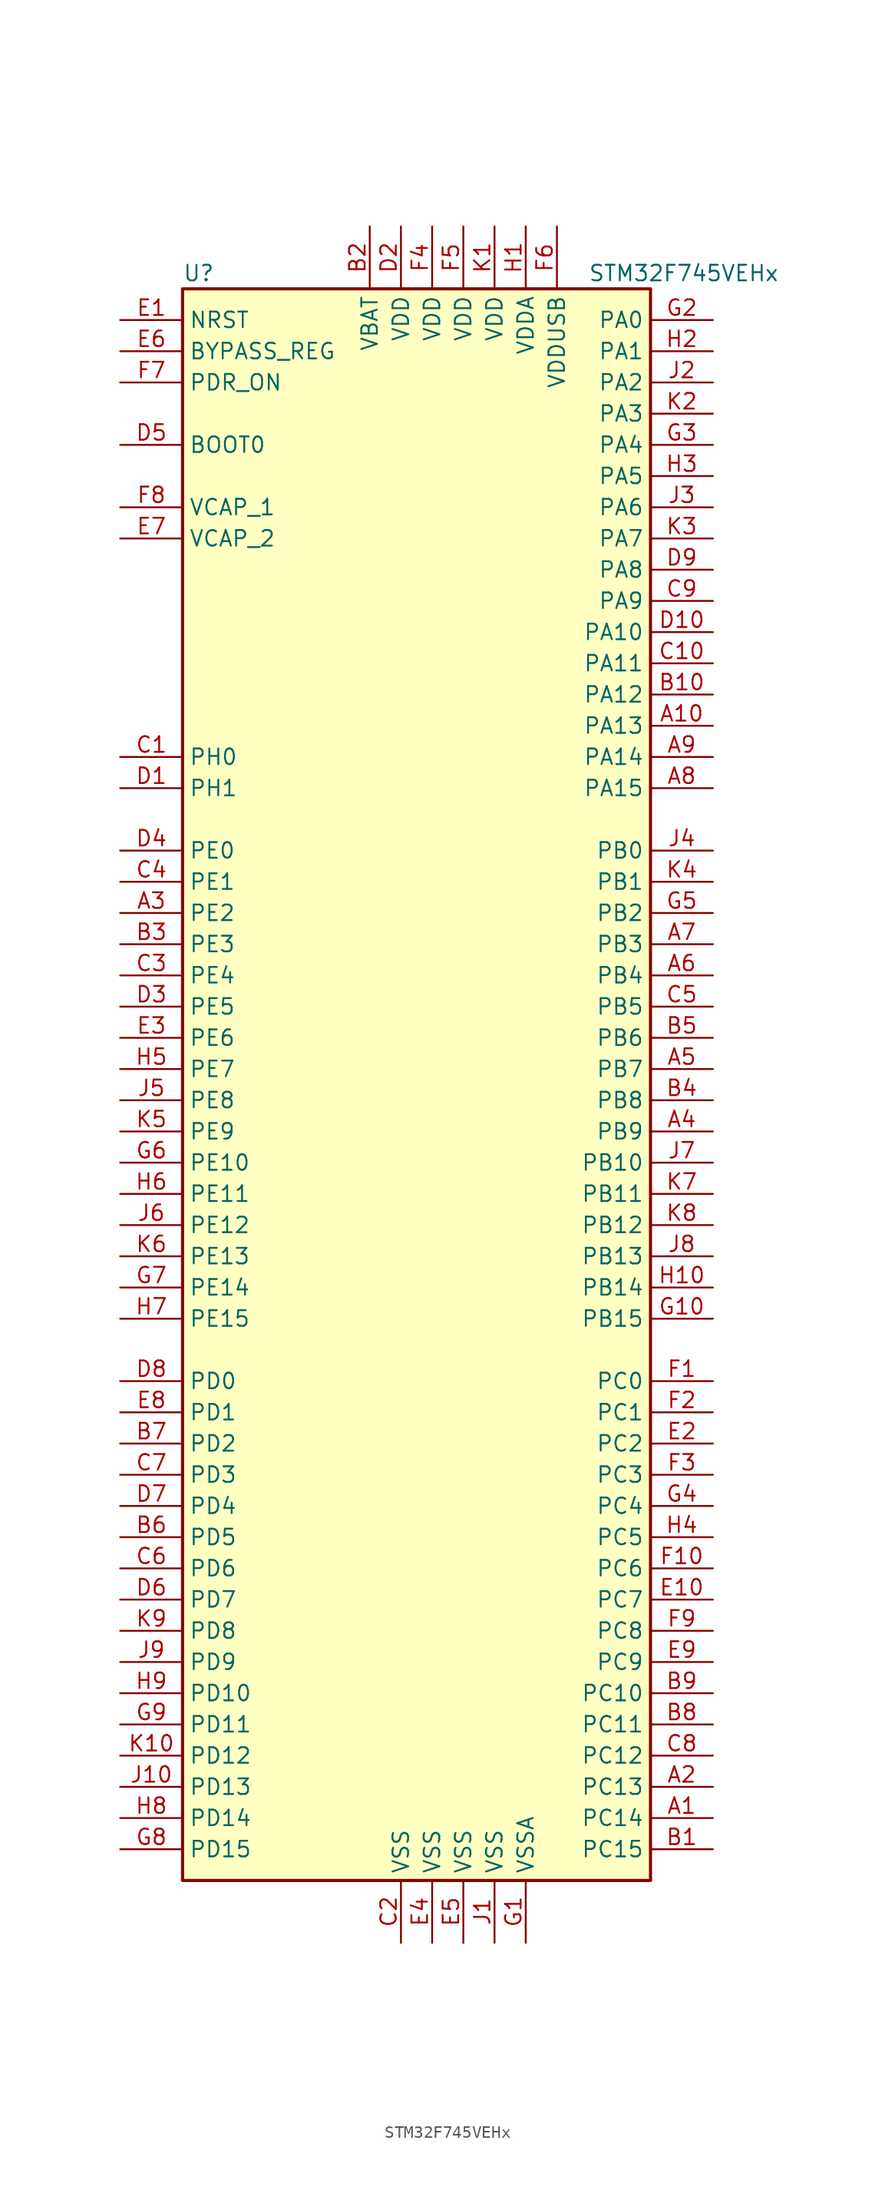
<source format=kicad_sym>
(kicad_symbol_lib
  (version 20201005)
  (generator kicad_symbol_editor)
  (symbol "MCU_ST_STM32F7:STM32F745VEHx"
    (property "Reference" "U"
      (at -20.32 64.77 0)
      (effects (font (size 1.27 1.27)) (justify left)))
    (property "Value" "STM32F745VEHx"
      (at 12.7 64.77 0)
      (effects (font (size 1.27 1.27)) (justify left)))
    (symbol "STM32F745VEHx_0_1"
      (rectangle (start -20.32 -66.04) (end 17.78 63.5) (stroke (width 0.254)) (fill (type background))))
    (symbol "STM32F745VEHx_1_1"
      (pin input line (at -25.4 50.8 0) (length 5.08) (name "BOOT0" (effects (font (size 1.27 1.27)))) (number "D5" (effects (font (size 1.27 1.27)))))
      (pin input line (at -25.4 58.42 0) (length 5.08) (name "BYPASS_REG" (effects (font (size 1.27 1.27)))) (number "E6" (effects (font (size 1.27 1.27)))))
      (pin input line (at -25.4 60.96 0) (length 5.08) (name "NRST" (effects (font (size 1.27 1.27)))) (number "E1" (effects (font (size 1.27 1.27)))))
      (pin bidirectional line (at 22.86 60.96 180) (length 5.08) (name "PA0" (effects (font (size 1.27 1.27)))) (number "G2" (effects (font (size 1.27 1.27)))))
      (pin bidirectional line (at 22.86 58.42 180) (length 5.08) (name "PA1" (effects (font (size 1.27 1.27)))) (number "H2" (effects (font (size 1.27 1.27)))))
      (pin bidirectional line (at 22.86 35.56 180) (length 5.08) (name "PA10" (effects (font (size 1.27 1.27)))) (number "D10" (effects (font (size 1.27 1.27)))))
      (pin bidirectional line (at 22.86 33.02 180) (length 5.08) (name "PA11" (effects (font (size 1.27 1.27)))) (number "C10" (effects (font (size 1.27 1.27)))))
      (pin bidirectional line (at 22.86 30.48 180) (length 5.08) (name "PA12" (effects (font (size 1.27 1.27)))) (number "B10" (effects (font (size 1.27 1.27)))))
      (pin bidirectional line (at 22.86 27.94 180) (length 5.08) (name "PA13" (effects (font (size 1.27 1.27)))) (number "A10" (effects (font (size 1.27 1.27)))))
      (pin bidirectional line (at 22.86 25.4 180) (length 5.08) (name "PA14" (effects (font (size 1.27 1.27)))) (number "A9" (effects (font (size 1.27 1.27)))))
      (pin bidirectional line (at 22.86 22.86 180) (length 5.08) (name "PA15" (effects (font (size 1.27 1.27)))) (number "A8" (effects (font (size 1.27 1.27)))))
      (pin bidirectional line (at 22.86 55.88 180) (length 5.08) (name "PA2" (effects (font (size 1.27 1.27)))) (number "J2" (effects (font (size 1.27 1.27)))))
      (pin bidirectional line (at 22.86 53.34 180) (length 5.08) (name "PA3" (effects (font (size 1.27 1.27)))) (number "K2" (effects (font (size 1.27 1.27)))))
      (pin bidirectional line (at 22.86 50.8 180) (length 5.08) (name "PA4" (effects (font (size 1.27 1.27)))) (number "G3" (effects (font (size 1.27 1.27)))))
      (pin bidirectional line (at 22.86 48.26 180) (length 5.08) (name "PA5" (effects (font (size 1.27 1.27)))) (number "H3" (effects (font (size 1.27 1.27)))))
      (pin bidirectional line (at 22.86 45.72 180) (length 5.08) (name "PA6" (effects (font (size 1.27 1.27)))) (number "J3" (effects (font (size 1.27 1.27)))))
      (pin bidirectional line (at 22.86 43.18 180) (length 5.08) (name "PA7" (effects (font (size 1.27 1.27)))) (number "K3" (effects (font (size 1.27 1.27)))))
      (pin bidirectional line (at 22.86 40.64 180) (length 5.08) (name "PA8" (effects (font (size 1.27 1.27)))) (number "D9" (effects (font (size 1.27 1.27)))))
      (pin bidirectional line (at 22.86 38.1 180) (length 5.08) (name "PA9" (effects (font (size 1.27 1.27)))) (number "C9" (effects (font (size 1.27 1.27)))))
      (pin bidirectional line (at 22.86 17.78 180) (length 5.08) (name "PB0" (effects (font (size 1.27 1.27)))) (number "J4" (effects (font (size 1.27 1.27)))))
      (pin bidirectional line (at 22.86 15.24 180) (length 5.08) (name "PB1" (effects (font (size 1.27 1.27)))) (number "K4" (effects (font (size 1.27 1.27)))))
      (pin bidirectional line (at 22.86 -7.62 180) (length 5.08) (name "PB10" (effects (font (size 1.27 1.27)))) (number "J7" (effects (font (size 1.27 1.27)))))
      (pin bidirectional line (at 22.86 -10.16 180) (length 5.08) (name "PB11" (effects (font (size 1.27 1.27)))) (number "K7" (effects (font (size 1.27 1.27)))))
      (pin bidirectional line (at 22.86 -12.7 180) (length 5.08) (name "PB12" (effects (font (size 1.27 1.27)))) (number "K8" (effects (font (size 1.27 1.27)))))
      (pin bidirectional line (at 22.86 -15.24 180) (length 5.08) (name "PB13" (effects (font (size 1.27 1.27)))) (number "J8" (effects (font (size 1.27 1.27)))))
      (pin bidirectional line (at 22.86 -17.78 180) (length 5.08) (name "PB14" (effects (font (size 1.27 1.27)))) (number "H10" (effects (font (size 1.27 1.27)))))
      (pin bidirectional line (at 22.86 -20.32 180) (length 5.08) (name "PB15" (effects (font (size 1.27 1.27)))) (number "G10" (effects (font (size 1.27 1.27)))))
      (pin bidirectional line (at 22.86 12.7 180) (length 5.08) (name "PB2" (effects (font (size 1.27 1.27)))) (number "G5" (effects (font (size 1.27 1.27)))))
      (pin bidirectional line (at 22.86 10.16 180) (length 5.08) (name "PB3" (effects (font (size 1.27 1.27)))) (number "A7" (effects (font (size 1.27 1.27)))))
      (pin bidirectional line (at 22.86 7.62 180) (length 5.08) (name "PB4" (effects (font (size 1.27 1.27)))) (number "A6" (effects (font (size 1.27 1.27)))))
      (pin bidirectional line (at 22.86 5.08 180) (length 5.08) (name "PB5" (effects (font (size 1.27 1.27)))) (number "C5" (effects (font (size 1.27 1.27)))))
      (pin bidirectional line (at 22.86 2.54 180) (length 5.08) (name "PB6" (effects (font (size 1.27 1.27)))) (number "B5" (effects (font (size 1.27 1.27)))))
      (pin bidirectional line (at 22.86 0 180) (length 5.08) (name "PB7" (effects (font (size 1.27 1.27)))) (number "A5" (effects (font (size 1.27 1.27)))))
      (pin bidirectional line (at 22.86 -2.54 180) (length 5.08) (name "PB8" (effects (font (size 1.27 1.27)))) (number "B4" (effects (font (size 1.27 1.27)))))
      (pin bidirectional line (at 22.86 -5.08 180) (length 5.08) (name "PB9" (effects (font (size 1.27 1.27)))) (number "A4" (effects (font (size 1.27 1.27)))))
      (pin bidirectional line (at 22.86 -25.4 180) (length 5.08) (name "PC0" (effects (font (size 1.27 1.27)))) (number "F1" (effects (font (size 1.27 1.27)))))
      (pin bidirectional line (at 22.86 -27.94 180) (length 5.08) (name "PC1" (effects (font (size 1.27 1.27)))) (number "F2" (effects (font (size 1.27 1.27)))))
      (pin bidirectional line (at 22.86 -50.8 180) (length 5.08) (name "PC10" (effects (font (size 1.27 1.27)))) (number "B9" (effects (font (size 1.27 1.27)))))
      (pin bidirectional line (at 22.86 -53.34 180) (length 5.08) (name "PC11" (effects (font (size 1.27 1.27)))) (number "B8" (effects (font (size 1.27 1.27)))))
      (pin bidirectional line (at 22.86 -55.88 180) (length 5.08) (name "PC12" (effects (font (size 1.27 1.27)))) (number "C8" (effects (font (size 1.27 1.27)))))
      (pin bidirectional line (at 22.86 -58.42 180) (length 5.08) (name "PC13" (effects (font (size 1.27 1.27)))) (number "A2" (effects (font (size 1.27 1.27)))))
      (pin bidirectional line (at 22.86 -60.96 180) (length 5.08) (name "PC14" (effects (font (size 1.27 1.27)))) (number "A1" (effects (font (size 1.27 1.27)))))
      (pin bidirectional line (at 22.86 -63.5 180) (length 5.08) (name "PC15" (effects (font (size 1.27 1.27)))) (number "B1" (effects (font (size 1.27 1.27)))))
      (pin bidirectional line (at 22.86 -30.48 180) (length 5.08) (name "PC2" (effects (font (size 1.27 1.27)))) (number "E2" (effects (font (size 1.27 1.27)))))
      (pin bidirectional line (at 22.86 -33.02 180) (length 5.08) (name "PC3" (effects (font (size 1.27 1.27)))) (number "F3" (effects (font (size 1.27 1.27)))))
      (pin bidirectional line (at 22.86 -35.56 180) (length 5.08) (name "PC4" (effects (font (size 1.27 1.27)))) (number "G4" (effects (font (size 1.27 1.27)))))
      (pin bidirectional line (at 22.86 -38.1 180) (length 5.08) (name "PC5" (effects (font (size 1.27 1.27)))) (number "H4" (effects (font (size 1.27 1.27)))))
      (pin bidirectional line (at 22.86 -40.64 180) (length 5.08) (name "PC6" (effects (font (size 1.27 1.27)))) (number "F10" (effects (font (size 1.27 1.27)))))
      (pin bidirectional line (at 22.86 -43.18 180) (length 5.08) (name "PC7" (effects (font (size 1.27 1.27)))) (number "E10" (effects (font (size 1.27 1.27)))))
      (pin bidirectional line (at 22.86 -45.72 180) (length 5.08) (name "PC8" (effects (font (size 1.27 1.27)))) (number "F9" (effects (font (size 1.27 1.27)))))
      (pin bidirectional line (at 22.86 -48.26 180) (length 5.08) (name "PC9" (effects (font (size 1.27 1.27)))) (number "E9" (effects (font (size 1.27 1.27)))))
      (pin bidirectional line (at -25.4 -25.4 0) (length 5.08) (name "PD0" (effects (font (size 1.27 1.27)))) (number "D8" (effects (font (size 1.27 1.27)))))
      (pin bidirectional line (at -25.4 -27.94 0) (length 5.08) (name "PD1" (effects (font (size 1.27 1.27)))) (number "E8" (effects (font (size 1.27 1.27)))))
      (pin bidirectional line (at -25.4 -50.8 0) (length 5.08) (name "PD10" (effects (font (size 1.27 1.27)))) (number "H9" (effects (font (size 1.27 1.27)))))
      (pin bidirectional line (at -25.4 -53.34 0) (length 5.08) (name "PD11" (effects (font (size 1.27 1.27)))) (number "G9" (effects (font (size 1.27 1.27)))))
      (pin bidirectional line (at -25.4 -55.88 0) (length 5.08) (name "PD12" (effects (font (size 1.27 1.27)))) (number "K10" (effects (font (size 1.27 1.27)))))
      (pin bidirectional line (at -25.4 -58.42 0) (length 5.08) (name "PD13" (effects (font (size 1.27 1.27)))) (number "J10" (effects (font (size 1.27 1.27)))))
      (pin bidirectional line (at -25.4 -60.96 0) (length 5.08) (name "PD14" (effects (font (size 1.27 1.27)))) (number "H8" (effects (font (size 1.27 1.27)))))
      (pin bidirectional line (at -25.4 -63.5 0) (length 5.08) (name "PD15" (effects (font (size 1.27 1.27)))) (number "G8" (effects (font (size 1.27 1.27)))))
      (pin bidirectional line (at -25.4 -30.48 0) (length 5.08) (name "PD2" (effects (font (size 1.27 1.27)))) (number "B7" (effects (font (size 1.27 1.27)))))
      (pin bidirectional line (at -25.4 -33.02 0) (length 5.08) (name "PD3" (effects (font (size 1.27 1.27)))) (number "C7" (effects (font (size 1.27 1.27)))))
      (pin bidirectional line (at -25.4 -35.56 0) (length 5.08) (name "PD4" (effects (font (size 1.27 1.27)))) (number "D7" (effects (font (size 1.27 1.27)))))
      (pin bidirectional line (at -25.4 -38.1 0) (length 5.08) (name "PD5" (effects (font (size 1.27 1.27)))) (number "B6" (effects (font (size 1.27 1.27)))))
      (pin bidirectional line (at -25.4 -40.64 0) (length 5.08) (name "PD6" (effects (font (size 1.27 1.27)))) (number "C6" (effects (font (size 1.27 1.27)))))
      (pin bidirectional line (at -25.4 -43.18 0) (length 5.08) (name "PD7" (effects (font (size 1.27 1.27)))) (number "D6" (effects (font (size 1.27 1.27)))))
      (pin bidirectional line (at -25.4 -45.72 0) (length 5.08) (name "PD8" (effects (font (size 1.27 1.27)))) (number "K9" (effects (font (size 1.27 1.27)))))
      (pin bidirectional line (at -25.4 -48.26 0) (length 5.08) (name "PD9" (effects (font (size 1.27 1.27)))) (number "J9" (effects (font (size 1.27 1.27)))))
      (pin input line (at -25.4 55.88 0) (length 5.08) (name "PDR_ON" (effects (font (size 1.27 1.27)))) (number "F7" (effects (font (size 1.27 1.27)))))
      (pin bidirectional line (at -25.4 17.78 0) (length 5.08) (name "PE0" (effects (font (size 1.27 1.27)))) (number "D4" (effects (font (size 1.27 1.27)))))
      (pin bidirectional line (at -25.4 15.24 0) (length 5.08) (name "PE1" (effects (font (size 1.27 1.27)))) (number "C4" (effects (font (size 1.27 1.27)))))
      (pin bidirectional line (at -25.4 -7.62 0) (length 5.08) (name "PE10" (effects (font (size 1.27 1.27)))) (number "G6" (effects (font (size 1.27 1.27)))))
      (pin bidirectional line (at -25.4 -10.16 0) (length 5.08) (name "PE11" (effects (font (size 1.27 1.27)))) (number "H6" (effects (font (size 1.27 1.27)))))
      (pin bidirectional line (at -25.4 -12.7 0) (length 5.08) (name "PE12" (effects (font (size 1.27 1.27)))) (number "J6" (effects (font (size 1.27 1.27)))))
      (pin bidirectional line (at -25.4 -15.24 0) (length 5.08) (name "PE13" (effects (font (size 1.27 1.27)))) (number "K6" (effects (font (size 1.27 1.27)))))
      (pin bidirectional line (at -25.4 -17.78 0) (length 5.08) (name "PE14" (effects (font (size 1.27 1.27)))) (number "G7" (effects (font (size 1.27 1.27)))))
      (pin bidirectional line (at -25.4 -20.32 0) (length 5.08) (name "PE15" (effects (font (size 1.27 1.27)))) (number "H7" (effects (font (size 1.27 1.27)))))
      (pin bidirectional line (at -25.4 12.7 0) (length 5.08) (name "PE2" (effects (font (size 1.27 1.27)))) (number "A3" (effects (font (size 1.27 1.27)))))
      (pin bidirectional line (at -25.4 10.16 0) (length 5.08) (name "PE3" (effects (font (size 1.27 1.27)))) (number "B3" (effects (font (size 1.27 1.27)))))
      (pin bidirectional line (at -25.4 7.62 0) (length 5.08) (name "PE4" (effects (font (size 1.27 1.27)))) (number "C3" (effects (font (size 1.27 1.27)))))
      (pin bidirectional line (at -25.4 5.08 0) (length 5.08) (name "PE5" (effects (font (size 1.27 1.27)))) (number "D3" (effects (font (size 1.27 1.27)))))
      (pin bidirectional line (at -25.4 2.54 0) (length 5.08) (name "PE6" (effects (font (size 1.27 1.27)))) (number "E3" (effects (font (size 1.27 1.27)))))
      (pin bidirectional line (at -25.4 0 0) (length 5.08) (name "PE7" (effects (font (size 1.27 1.27)))) (number "H5" (effects (font (size 1.27 1.27)))))
      (pin bidirectional line (at -25.4 -2.54 0) (length 5.08) (name "PE8" (effects (font (size 1.27 1.27)))) (number "J5" (effects (font (size 1.27 1.27)))))
      (pin bidirectional line (at -25.4 -5.08 0) (length 5.08) (name "PE9" (effects (font (size 1.27 1.27)))) (number "K5" (effects (font (size 1.27 1.27)))))
      (pin input line (at -25.4 25.4 0) (length 5.08) (name "PH0" (effects (font (size 1.27 1.27)))) (number "C1" (effects (font (size 1.27 1.27)))))
      (pin input line (at -25.4 22.86 0) (length 5.08) (name "PH1" (effects (font (size 1.27 1.27)))) (number "D1" (effects (font (size 1.27 1.27)))))
      (pin power_in line (at -5.08 68.58 270) (length 5.08) (name "VBAT" (effects (font (size 1.27 1.27)))) (number "B2" (effects (font (size 1.27 1.27)))))
      (pin power_in line (at -25.4 45.72 0) (length 5.08) (name "VCAP_1" (effects (font (size 1.27 1.27)))) (number "F8" (effects (font (size 1.27 1.27)))))
      (pin power_in line (at -25.4 43.18 0) (length 5.08) (name "VCAP_2" (effects (font (size 1.27 1.27)))) (number "E7" (effects (font (size 1.27 1.27)))))
      (pin power_in line (at -2.54 68.58 270) (length 5.08) (name "VDD" (effects (font (size 1.27 1.27)))) (number "D2" (effects (font (size 1.27 1.27)))))
      (pin power_in line (at 0 68.58 270) (length 5.08) (name "VDD" (effects (font (size 1.27 1.27)))) (number "F4" (effects (font (size 1.27 1.27)))))
      (pin power_in line (at 2.54 68.58 270) (length 5.08) (name "VDD" (effects (font (size 1.27 1.27)))) (number "F5" (effects (font (size 1.27 1.27)))))
      (pin power_in line (at 5.08 68.58 270) (length 5.08) (name "VDD" (effects (font (size 1.27 1.27)))) (number "K1" (effects (font (size 1.27 1.27)))))
      (pin power_in line (at 7.62 68.58 270) (length 5.08) (name "VDDA" (effects (font (size 1.27 1.27)))) (number "H1" (effects (font (size 1.27 1.27)))))
      (pin power_in line (at 10.16 68.58 270) (length 5.08) (name "VDDUSB" (effects (font (size 1.27 1.27)))) (number "F6" (effects (font (size 1.27 1.27)))))
      (pin power_in line (at -2.54 -71.12 90) (length 5.08) (name "VSS" (effects (font (size 1.27 1.27)))) (number "C2" (effects (font (size 1.27 1.27)))))
      (pin power_in line (at 0 -71.12 90) (length 5.08) (name "VSS" (effects (font (size 1.27 1.27)))) (number "E4" (effects (font (size 1.27 1.27)))))
      (pin power_in line (at 2.54 -71.12 90) (length 5.08) (name "VSS" (effects (font (size 1.27 1.27)))) (number "E5" (effects (font (size 1.27 1.27)))))
      (pin power_in line (at 5.08 -71.12 90) (length 5.08) (name "VSS" (effects (font (size 1.27 1.27)))) (number "J1" (effects (font (size 1.27 1.27)))))
      (pin power_in line (at 7.62 -71.12 90) (length 5.08) (name "VSSA" (effects (font (size 1.27 1.27)))) (number "G1" (effects (font (size 1.27 1.27))))))))
</source>
